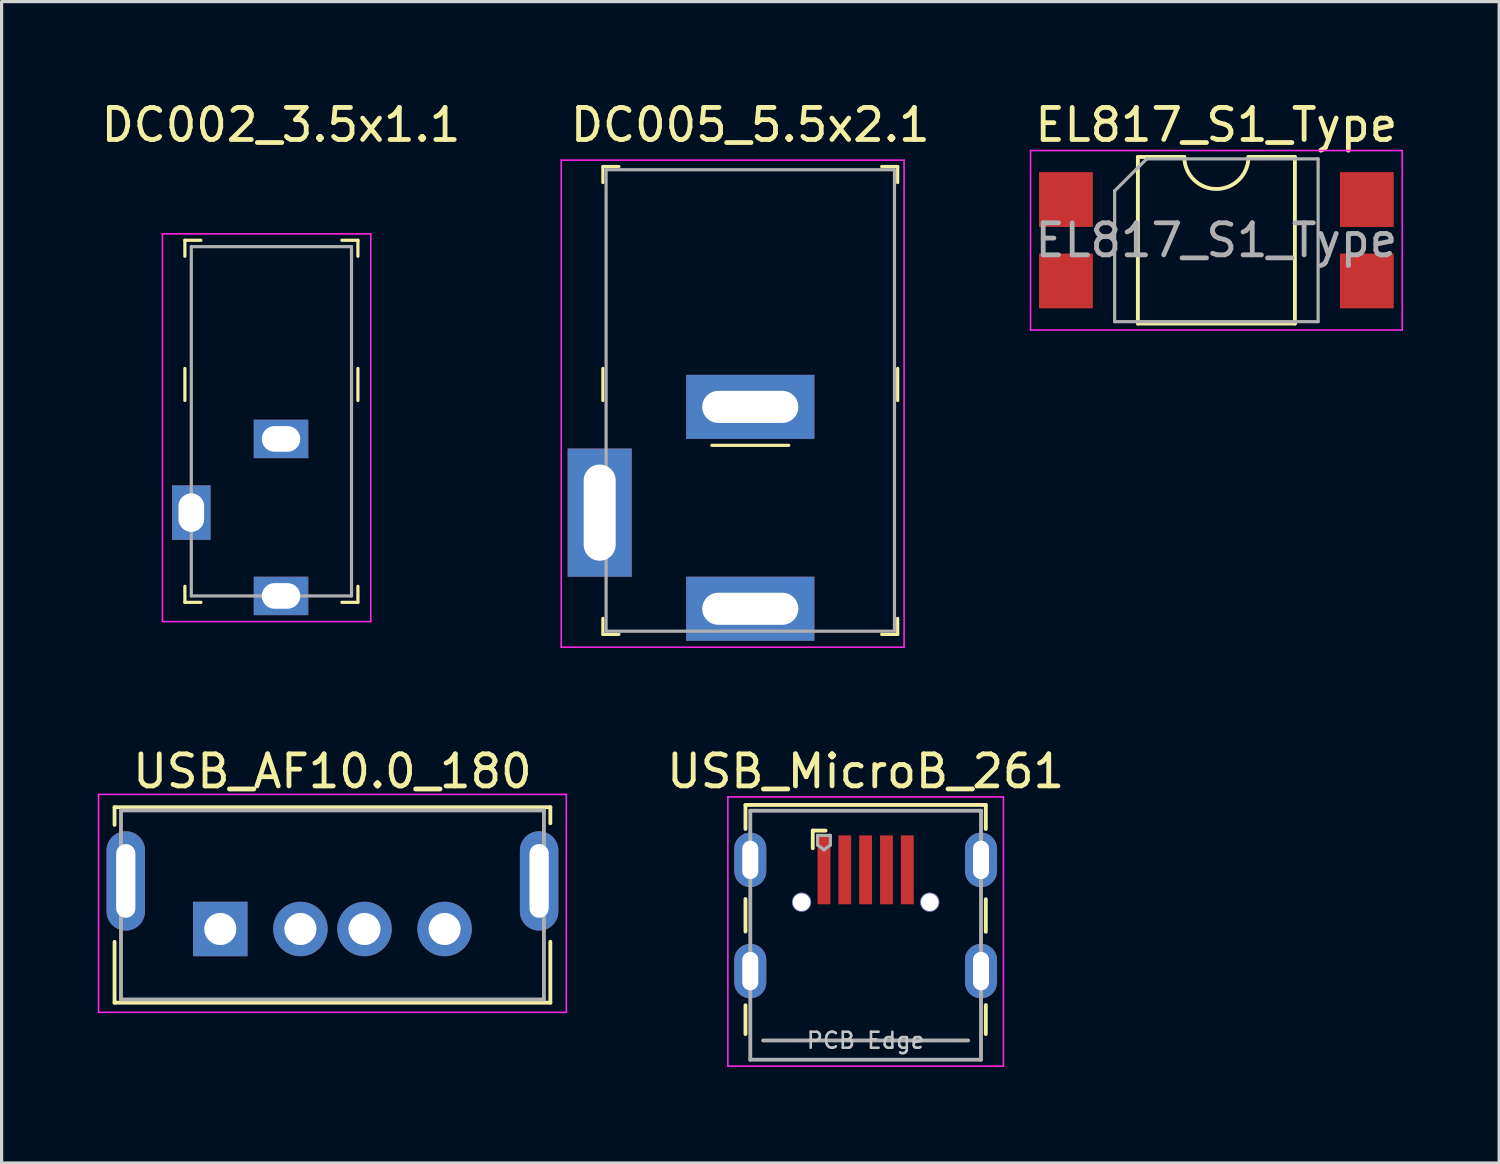
<source format=kicad_pcb>
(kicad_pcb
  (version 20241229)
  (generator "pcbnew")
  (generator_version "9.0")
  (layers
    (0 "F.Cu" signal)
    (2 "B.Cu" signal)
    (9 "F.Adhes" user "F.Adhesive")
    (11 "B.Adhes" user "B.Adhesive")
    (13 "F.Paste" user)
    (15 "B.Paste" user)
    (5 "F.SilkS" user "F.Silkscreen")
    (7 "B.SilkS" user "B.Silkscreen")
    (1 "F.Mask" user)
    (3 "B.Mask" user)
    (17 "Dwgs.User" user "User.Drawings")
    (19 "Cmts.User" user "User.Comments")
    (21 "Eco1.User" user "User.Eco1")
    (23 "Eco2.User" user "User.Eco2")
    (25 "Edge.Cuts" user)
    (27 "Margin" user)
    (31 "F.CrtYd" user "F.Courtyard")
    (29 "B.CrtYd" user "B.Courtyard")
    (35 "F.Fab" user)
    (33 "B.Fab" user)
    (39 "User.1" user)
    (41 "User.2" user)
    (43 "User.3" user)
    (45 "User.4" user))
  (footprint "USB_AF10.0_180"
    (layer "F.Cu")
    (at 7.325 25.942)
    (property "Reference" "USB_AF10.0_180" (at 0 -4.92 0) (layer "F.SilkS") (effects (font (size 1 1) (thickness 0.15))))
    (attr through_hole)
    (fp_line (start -6.8 -3.8) (end -6.8 -3.25) (stroke (width 0.12) (type solid)) (layer "F.SilkS"))
    (fp_line (start -6.8 -3.8) (end 6.8 -3.8) (stroke (width 0.12) (type solid)) (layer "F.SilkS"))
    (fp_line (start -6.8 0.4) (end -6.8 2.3) (stroke (width 0.12) (type solid)) (layer "F.SilkS"))
    (fp_line (start -6.8 2.3) (end 6.8 2.3) (stroke (width 0.12) (type solid)) (layer "F.SilkS"))
    (fp_line (start 6.8 -3.8) (end 6.8 -3.3) (stroke (width 0.12) (type solid)) (layer "F.SilkS"))
    (fp_line (start 6.8 0.4) (end 6.8 2.3) (stroke (width 0.12) (type solid)) (layer "F.SilkS"))
    (fp_line (start -7.3 -4.2) (end -7.3 2.6) (stroke (width 0.05) (type solid)) (layer "F.CrtYd"))
    (fp_line (start -7.3 -4.2) (end 7.3 -4.2) (stroke (width 0.05) (type solid)) (layer "F.CrtYd"))
    (fp_line (start 7.3 -4.2) (end 7.3 2.6) (stroke (width 0.05) (type solid)) (layer "F.CrtYd"))
    (fp_line (start 7.3 2.6) (end -7.3 2.6) (stroke (width 0.05) (type solid)) (layer "F.CrtYd"))
    (fp_line (start -6.6 -3.7) (end -6.6 2.2) (stroke (width 0.12) (type solid)) (layer "F.Fab"))
    (fp_line (start -6.6 -3.7) (end 6.6 -3.7) (stroke (width 0.12) (type solid)) (layer "F.Fab"))
    (fp_line (start -6.6 2.2) (end 6.6 2.2) (stroke (width 0.12) (type solid)) (layer "F.Fab"))
    (fp_line (start 6.6 -3.7) (end 6.6 2.2) (stroke (width 0.12) (type solid)) (layer "F.Fab"))
    (pad "1" thru_hole rect (at -3.5 0) (size 1.7 1.7) (drill 1) (layers "*.Cu" "*.Mask"))
    (pad "2" thru_hole circle (at -1 0) (size 1.7 1.7) (drill 1) (layers "*.Cu" "*.Mask"))
    (pad "3" thru_hole circle (at 1 0) (size 1.7 1.7) (drill 1) (layers "*.Cu" "*.Mask"))
    (pad "4" thru_hole circle (at 3.5 0) (size 1.7 1.7) (drill 1) (layers "*.Cu" "*.Mask"))
    (pad "5" thru_hole oval (at -6.45 -1.5) (size 1.2 3.1) (drill oval 0.6 2.3) (layers "*.Cu" "*.Mask"))
    (pad "5" thru_hole oval (at 6.45 -1.5) (size 1.2 3.1) (drill oval 0.6 2.3) (layers "*.Cu" "*.Mask")))
  (footprint "DC005_5.5x2.1"
    (layer "F.Cu")
    (at 20.365 12.948)
    (property "Reference" "DC005_5.5x2.1" (at 0 -12.1 0) (layer "F.SilkS") (effects (font (size 1 1) (thickness 0.15))))
    (attr through_hole)
    (fp_line (start -4.6 -10.8) (end -4.6 -10.3) (stroke (width 0.1) (type solid)) (layer "F.SilkS"))
    (fp_line (start -4.6 -10.8) (end -4.1 -10.8) (stroke (width 0.1) (type solid)) (layer "F.SilkS"))
    (fp_line (start -4.6 -3.5) (end -4.6 -4.5) (stroke (width 0.1) (type solid)) (layer "F.SilkS"))
    (fp_line (start -4.6 3.8) (end -4.6 3.3) (stroke (width 0.1) (type solid)) (layer "F.SilkS"))
    (fp_line (start -4.6 3.8) (end -4.1 3.8) (stroke (width 0.1) (type solid)) (layer "F.SilkS"))
    (fp_line (start -1.2 -2.1) (end 1.2 -2.1) (stroke (width 0.1) (type solid)) (layer "F.SilkS"))
    (fp_line (start 4.6 -10.8) (end 4.1 -10.8) (stroke (width 0.1) (type solid)) (layer "F.SilkS"))
    (fp_line (start 4.6 -10.8) (end 4.6 -10.3) (stroke (width 0.1) (type solid)) (layer "F.SilkS"))
    (fp_line (start 4.6 -3.5) (end 4.6 -4.5) (stroke (width 0.1) (type solid)) (layer "F.SilkS"))
    (fp_line (start 4.6 3.8) (end 4.1 3.8) (stroke (width 0.1) (type solid)) (layer "F.SilkS"))
    (fp_line (start 4.6 3.8) (end 4.6 3.3) (stroke (width 0.1) (type solid)) (layer "F.SilkS"))
    (fp_line (start -5.9 -11) (end -5.9 4.2) (stroke (width 0.05) (type solid)) (layer "F.CrtYd"))
    (fp_line (start -5.9 -11) (end 4.8 -11) (stroke (width 0.05) (type solid)) (layer "F.CrtYd"))
    (fp_line (start -5.9 4.2) (end 4.8 4.2) (stroke (width 0.05) (type solid)) (layer "F.CrtYd"))
    (fp_line (start 4.8 -11) (end 4.8 4.2) (stroke (width 0.05) (type solid)) (layer "F.CrtYd"))
    (fp_line (start -4.5 -10.7) (end 4.5 -10.7) (stroke (width 0.1) (type solid)) (layer "F.Fab"))
    (fp_line (start -4.5 3.7) (end -4.5 -10.7) (stroke (width 0.1) (type solid)) (layer "F.Fab"))
    (fp_line (start -4.5 3.7) (end 4.5 3.7) (stroke (width 0.1) (type solid)) (layer "F.Fab"))
    (fp_line (start 4.5 3.7) (end 4.5 -10.7) (stroke (width 0.1) (type solid)) (layer "F.Fab"))
    (pad "1" thru_hole rect (at 0 3) (size 4 2) (drill oval 3 1) (layers "*.Cu" "*.Mask"))
    (pad "2" thru_hole rect (at 0 -3.3) (size 4 2) (drill oval 3 1) (layers "*.Cu" "*.Mask"))
    (pad "3" thru_hole rect (at -4.7 0) (size 2 4) (drill oval 1 3) (layers "*.Cu" "*.Mask")))
  (footprint "DC002_3.5x1.1"
    (layer "F.Cu")
    (at 5.72 12.948)
    (property "Reference" "DC002_3.5x1.1" (at 0 -12.1 0) (layer "F.SilkS") (effects (font (size 1 1) (thickness 0.15))))
    (attr through_hole)
    (fp_line (start -3 -8.5) (end -3 -8) (stroke (width 0.1) (type solid)) (layer "F.SilkS"))
    (fp_line (start -3 -8.5) (end -2.5 -8.5) (stroke (width 0.1) (type solid)) (layer "F.SilkS"))
    (fp_line (start -3 -3.5) (end -3 -4.5) (stroke (width 0.1) (type solid)) (layer "F.SilkS"))
    (fp_line (start -3 2.8) (end -3 2.3) (stroke (width 0.1) (type solid)) (layer "F.SilkS"))
    (fp_line (start -3 2.8) (end -2.5 2.8) (stroke (width 0.1) (type solid)) (layer "F.SilkS"))
    (fp_line (start 2.4 -8.5) (end 1.9 -8.5) (stroke (width 0.1) (type solid)) (layer "F.SilkS"))
    (fp_line (start 2.4 -8.5) (end 2.4 -8) (stroke (width 0.1) (type solid)) (layer "F.SilkS"))
    (fp_line (start 2.4 -3.5) (end 2.4 -4.5) (stroke (width 0.1) (type solid)) (layer "F.SilkS"))
    (fp_line (start 2.4 2.8) (end 1.9 2.8) (stroke (width 0.1) (type solid)) (layer "F.SilkS"))
    (fp_line (start 2.4 2.8) (end 2.4 2.3) (stroke (width 0.1) (type solid)) (layer "F.SilkS"))
    (fp_line (start -3.7 -8.7) (end -3.7 3.4) (stroke (width 0.05) (type solid)) (layer "F.CrtYd"))
    (fp_line (start -3.7 -8.7) (end 2.8 -8.7) (stroke (width 0.05) (type solid)) (layer "F.CrtYd"))
    (fp_line (start -3.7 3.4) (end 2.8 3.4) (stroke (width 0.05) (type solid)) (layer "F.CrtYd"))
    (fp_line (start 2.8 -8.7) (end 2.8 3.4) (stroke (width 0.05) (type solid)) (layer "F.CrtYd"))
    (fp_line (start -2.8 -8.3) (end 2.2 -8.3) (stroke (width 0.1) (type solid)) (layer "F.Fab"))
    (fp_line (start -2.8 2.6) (end -2.8 -8.3) (stroke (width 0.1) (type solid)) (layer "F.Fab"))
    (fp_line (start -2.8 2.6) (end 2.2 2.6) (stroke (width 0.1) (type solid)) (layer "F.Fab"))
    (fp_line (start 2.2 2.6) (end 2.2 -8.3) (stroke (width 0.1) (type solid)) (layer "F.Fab"))
    (pad "1" thru_hole rect (at 0 2.6 90) (size 1.2 1.7) (drill oval 0.8 1.2) (layers "*.Cu" "*.Mask"))
    (pad "2" thru_hole rect (at 0 -2.3 90) (size 1.2 1.7) (drill oval 0.8 1.2) (layers "*.Cu" "*.Mask"))
    (pad "3" thru_hole rect (at -2.8 0) (size 1.2 1.7) (drill oval 0.8 1.2) (layers "*.Cu" "*.Mask")))
  (footprint "USB_MicroB_261"
    (layer "F.Cu")
    (at 23.965 25.521)
    (property "Reference" "USB_MicroB_261" (at 0 -4.5 0) (layer "F.SilkS") (effects (font (size 1 1) (thickness 0.15))))
    (attr through_hole)
    (fp_line (start -3.75 -3.45) (end -3.75 -2.7) (stroke (width 0.12) (type solid)) (layer "F.SilkS"))
    (fp_line (start -3.75 -0.516) (end -3.75 0.5) (stroke (width 0.12) (type solid)) (layer "F.SilkS"))
    (fp_line (start -3.75 2.8) (end -3.75 3.7) (stroke (width 0.12) (type solid)) (layer "F.SilkS"))
    (fp_line (start -1.65 -2.65) (end -1.65 -2.1) (stroke (width 0.12) (type solid)) (layer "F.SilkS"))
    (fp_line (start -1.65 -2.65) (end -1.25 -2.65) (stroke (width 0.12) (type solid)) (layer "F.SilkS"))
    (fp_line (start 3.75 -3.45) (end -3.75 -3.45) (stroke (width 0.12) (type solid)) (layer "F.SilkS"))
    (fp_line (start 3.75 -3.45) (end 3.75 -2.7) (stroke (width 0.12) (type solid)) (layer "F.SilkS"))
    (fp_line (start 3.75 -0.508) (end 3.75 0.508) (stroke (width 0.12) (type solid)) (layer "F.SilkS"))
    (fp_line (start 3.75 2.794) (end 3.75 3.7) (stroke (width 0.12) (type solid)) (layer "F.SilkS"))
    (fp_line (start -4.3 -3.7) (end -4.3 4.7) (stroke (width 0.05) (type solid)) (layer "F.CrtYd"))
    (fp_line (start -4.3 4.7) (end 4.3 4.7) (stroke (width 0.05) (type solid)) (layer "F.CrtYd"))
    (fp_line (start 4.3 -3.7) (end -4.3 -3.7) (stroke (width 0.05) (type solid)) (layer "F.CrtYd"))
    (fp_line (start 4.3 -3.7) (end 4.3 4.7) (stroke (width 0.05) (type solid)) (layer "F.CrtYd"))
    (fp_line (start -3.6 -3.27) (end -3.6 4.5) (stroke (width 0.12) (type solid)) (layer "F.Fab"))
    (fp_line (start -1.5 -2.5) (end -1.1 -2.5) (stroke (width 0.1) (type solid)) (layer "F.Fab"))
    (fp_line (start -1.5 -2.2) (end -1.5 -2.5) (stroke (width 0.1) (type solid)) (layer "F.Fab"))
    (fp_line (start -1.3 -2.05) (end -1.5 -2.2) (stroke (width 0.1) (type solid)) (layer "F.Fab"))
    (fp_line (start -1.1 -2.5) (end -1.1 -2.2) (stroke (width 0.1) (type solid)) (layer "F.Fab"))
    (fp_line (start -1.1 -2.2) (end -1.3 -2.05) (stroke (width 0.1) (type solid)) (layer "F.Fab"))
    (fp_line (start 3.2 3.9) (end -3.2 3.9) (stroke (width 0.12) (type solid)) (layer "F.Fab"))
    (fp_line (start 3.6 -3.27) (end -3.6 -3.27) (stroke (width 0.12) (type solid)) (layer "F.Fab"))
    (fp_line (start 3.6 -3.27) (end 3.6 4.5) (stroke (width 0.12) (type solid)) (layer "F.Fab"))
    (fp_line (start 3.6 4.5) (end -3.6 4.5) (stroke (width 0.12) (type solid)) (layer "F.Fab"))
    (fp_text user "PCB Edge" (at 0 3.9 0) (layer "Dwgs.User") (effects (font (size 0.5 0.5) (thickness 0.08))))
    (pad "" np_thru_hole circle (at -2 -0.415) (size 0.6 0.6) (drill 0.55) (layers "*.Cu" "*.Mask"))
    (pad "" np_thru_hole circle (at 2 -0.415) (size 0.6 0.6) (drill 0.55) (layers "*.Cu" "*.Mask"))
    (pad "1" smd rect (at -1.3 -1.425) (size 0.4 2.15) (layers "F.Cu" "F.Mask" "F.Paste"))
    (pad "2" smd rect (at -0.65 -1.425) (size 0.4 2.15) (layers "F.Cu" "F.Mask" "F.Paste"))
    (pad "3" smd rect (at 0 -1.425) (size 0.4 2.15) (layers "F.Cu" "F.Mask" "F.Paste"))
    (pad "4" smd rect (at 0.65 -1.425) (size 0.4 2.15) (layers "F.Cu" "F.Mask" "F.Paste"))
    (pad "5" smd rect (at 1.3 -1.425) (size 0.4 2.15) (layers "F.Cu" "F.Mask" "F.Paste"))
    (pad "6" thru_hole oval (at -3.6 -1.735) (size 1 1.7) (drill oval 0.5 1.2) (layers "*.Cu" "*.Mask"))
    (pad "6" thru_hole oval (at -3.6 1.735) (size 1 1.7) (drill oval 0.5 1.2) (layers "*.Cu" "*.Mask"))
    (pad "6" thru_hole oval (at 3.6 -1.735) (size 1 1.7) (drill oval 0.5 1.2) (layers "*.Cu" "*.Mask"))
    (pad "6" thru_hole oval (at 3.6 1.735) (size 1 1.7) (drill oval 0.5 1.2) (layers "*.Cu" "*.Mask")))
  (footprint "EL817_S1_Type"
    (layer "F.Cu")
    (at 34.911 4.448)
    (property "Reference" "EL817_S1_Type" (at 0 -3.6 0) (layer "F.SilkS") (effects (font (size 1 1) (thickness 0.15))))
    (attr smd)
    (fp_line (start -2.45 -2.6) (end -2.45 2.6) (stroke (width 0.12) (type solid)) (layer "F.SilkS"))
    (fp_line (start -2.45 2.6) (end 2.45 2.6) (stroke (width 0.12) (type solid)) (layer "F.SilkS"))
    (fp_line (start -1 -2.6) (end -2.45 -2.6) (stroke (width 0.12) (type solid)) (layer "F.SilkS"))
    (fp_line (start 2.45 -2.6) (end 1 -2.6) (stroke (width 0.12) (type solid)) (layer "F.SilkS"))
    (fp_line (start 2.45 2.6) (end 2.45 -2.6) (stroke (width 0.12) (type solid)) (layer "F.SilkS"))
    (fp_arc (start 1 -2.6) (mid 0 -1.6) (end -1 -2.6) (stroke (width 0.12) (type solid)) (layer "F.SilkS"))
    (fp_line (start -5.8 -2.8) (end -5.8 2.8) (stroke (width 0.05) (type solid)) (layer "F.CrtYd"))
    (fp_line (start -5.8 2.8) (end 5.8 2.8) (stroke (width 0.05) (type solid)) (layer "F.CrtYd"))
    (fp_line (start 5.8 -2.8) (end -5.8 -2.8) (stroke (width 0.05) (type solid)) (layer "F.CrtYd"))
    (fp_line (start 5.8 2.8) (end 5.8 -2.8) (stroke (width 0.05) (type solid)) (layer "F.CrtYd"))
    (fp_line (start -3.175 -1.54) (end -2.175 -2.54) (stroke (width 0.1) (type solid)) (layer "F.Fab"))
    (fp_line (start -3.175 2.54) (end -3.175 -1.54) (stroke (width 0.1) (type solid)) (layer "F.Fab"))
    (fp_line (start -2.175 -2.54) (end 3.175 -2.54) (stroke (width 0.1) (type solid)) (layer "F.Fab"))
    (fp_line (start 3.175 -2.54) (end 3.175 2.54) (stroke (width 0.1) (type solid)) (layer "F.Fab"))
    (fp_line (start 3.175 2.54) (end -3.175 2.54) (stroke (width 0.1) (type solid)) (layer "F.Fab"))
    (fp_text user "${REFERENCE}" (at 0 0 0) (layer "F.Fab") (effects (font (size 1 1) (thickness 0.15))))
    (pad "1" smd rect (at -4.695 -1.27) (size 1.68 1.71) (layers "F.Cu" "F.Mask" "F.Paste"))
    (pad "2" smd rect (at -4.695 1.27) (size 1.68 1.71) (layers "F.Cu" "F.Mask" "F.Paste"))
    (pad "3" smd rect (at 4.695 1.27) (size 1.68 1.71) (layers "F.Cu" "F.Mask" "F.Paste"))
    (pad "4" smd rect (at 4.695 -1.27) (size 1.68 1.71) (layers "F.Cu" "F.Mask" "F.Paste")))
  (gr_rect
    (start -3 -3)
    (end 43.736 33.246)
    (stroke (width 0.1) (type default))
    (fill no)
    (layer "Edge.Cuts")))
</source>
